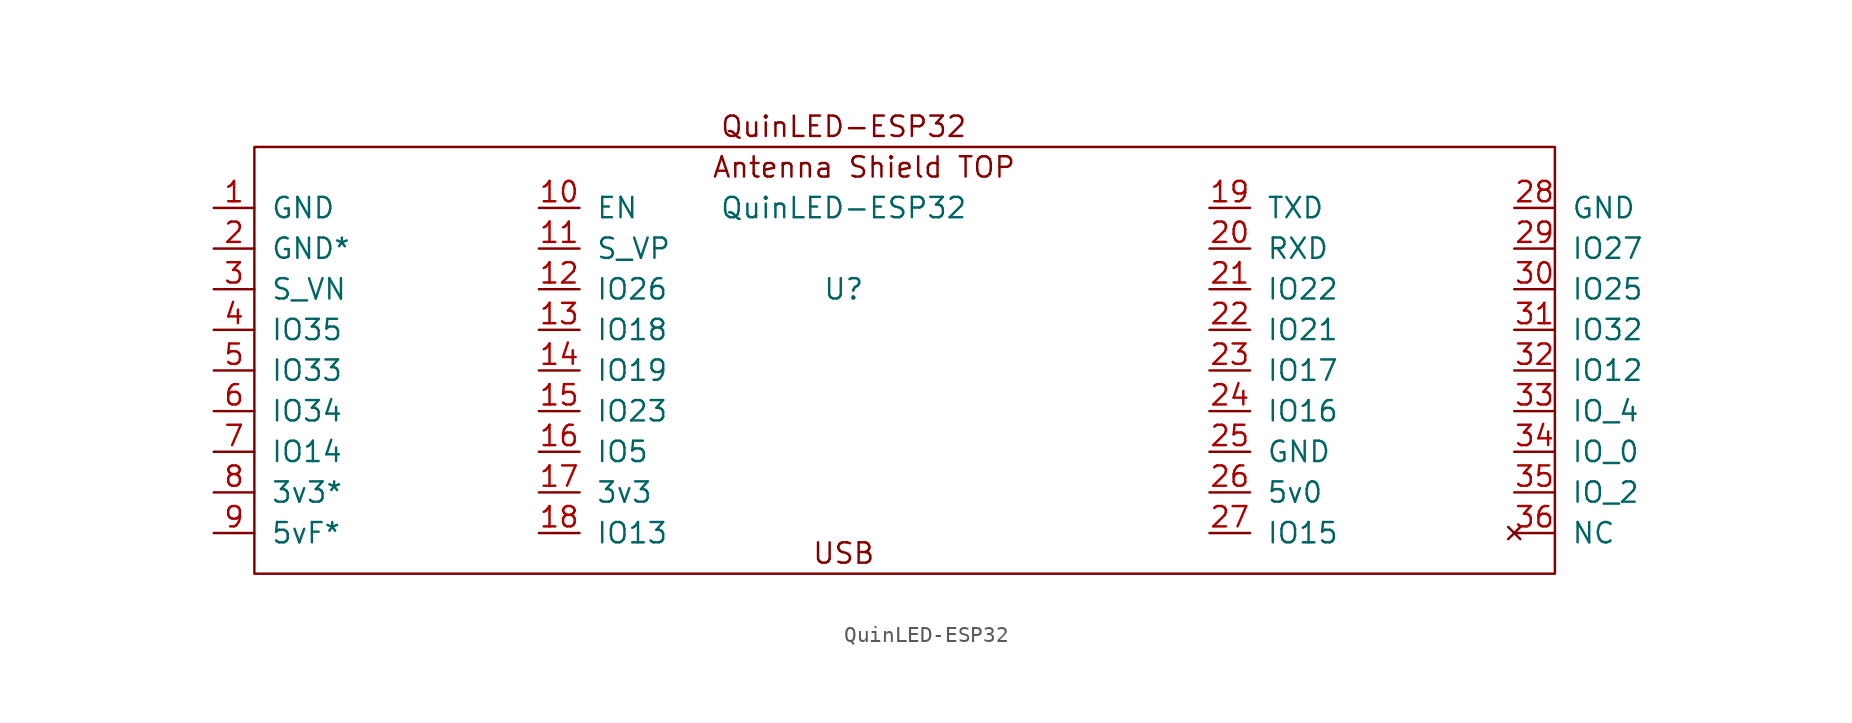
<source format=kicad_sym>
(kicad_symbol_lib
  (version 20211014)
  (generator kicad_symbol_editor)
  (symbol "QuinLED-ESP32"
    (pin_names
      (offset 1.016))
    (property "Reference" "U"
      (at 58.42 -12.7 0)
      (effects (font (size 1.27 1.27))))
    (property "Value" "QuinLED-ESP32"
      (at 58.42 -7.62 0)
      (effects (font (size 1.27 1.27))))
    (symbol "QuinLED-ESP32_0_0"
      (rectangle (start 21.59 -3.81) (end 102.87 -30.48) (stroke (width 0) (type default) (color 0 0 0 0)) (fill (type none)))
      (text "Antenna Shield TOP" (at 59.69 -5.08 0) (effects (font (size 1.27 1.27))))
      (text "QuinLED-ESP32" (at 58.42 -2.54 0) (effects (font (size 1.27 1.27))))
      (text "USB" (at 58.42 -29.21 0) (effects (font (size 1.27 1.27)))))
    (symbol "QuinLED-ESP32_1_1"
      (pin bidirectional line (at 19.05 -7.62 0) (length 2.54) (name "GND" (effects (font (size 1.27 1.27)))) (number "1" (effects (font (size 1.27 1.27)))))
      (pin input line (at 39.37 -7.62 0) (length 2.54) (name "EN" (effects (font (size 1.27 1.27)))) (number "10" (effects (font (size 1.27 1.27)))))
      (pin input line (at 39.37 -10.16 0) (length 2.54) (name "S_VP" (effects (font (size 1.27 1.27)))) (number "11" (effects (font (size 1.27 1.27)))))
      (pin bidirectional line (at 39.37 -12.7 0) (length 2.54) (name "IO26" (effects (font (size 1.27 1.27)))) (number "12" (effects (font (size 1.27 1.27)))))
      (pin bidirectional line (at 39.37 -15.24 0) (length 2.54) (name "IO18" (effects (font (size 1.27 1.27)))) (number "13" (effects (font (size 1.27 1.27)))))
      (pin bidirectional line (at 39.37 -17.78 0) (length 2.54) (name "IO19" (effects (font (size 1.27 1.27)))) (number "14" (effects (font (size 1.27 1.27)))))
      (pin bidirectional line (at 39.37 -20.32 0) (length 2.54) (name "IO23" (effects (font (size 1.27 1.27)))) (number "15" (effects (font (size 1.27 1.27)))))
      (pin bidirectional line (at 39.37 -22.86 0) (length 2.54) (name "IO5" (effects (font (size 1.27 1.27)))) (number "16" (effects (font (size 1.27 1.27)))))
      (pin output line (at 39.37 -25.4 0) (length 2.54) (name "3v3" (effects (font (size 1.27 1.27)))) (number "17" (effects (font (size 1.27 1.27)))))
      (pin bidirectional line (at 39.37 -27.94 0) (length 2.54) (name "IO13" (effects (font (size 1.27 1.27)))) (number "18" (effects (font (size 1.27 1.27)))))
      (pin output line (at 81.28 -7.62 0) (length 2.54) (name "TXD" (effects (font (size 1.27 1.27)))) (number "19" (effects (font (size 1.27 1.27)))))
      (pin bidirectional line (at 19.05 -10.16 0) (length 2.54) (name "GND*" (effects (font (size 1.27 1.27)))) (number "2" (effects (font (size 1.27 1.27)))))
      (pin input line (at 81.28 -10.16 0) (length 2.54) (name "RXD" (effects (font (size 1.27 1.27)))) (number "20" (effects (font (size 1.27 1.27)))))
      (pin bidirectional line (at 81.28 -12.7 0) (length 2.54) (name "IO22" (effects (font (size 1.27 1.27)))) (number "21" (effects (font (size 1.27 1.27)))))
      (pin bidirectional line (at 81.28 -15.24 0) (length 2.54) (name "IO21" (effects (font (size 1.27 1.27)))) (number "22" (effects (font (size 1.27 1.27)))))
      (pin bidirectional line (at 81.28 -17.78 0) (length 2.54) (name "IO17" (effects (font (size 1.27 1.27)))) (number "23" (effects (font (size 1.27 1.27)))))
      (pin bidirectional line (at 81.28 -20.32 0) (length 2.54) (name "IO16" (effects (font (size 1.27 1.27)))) (number "24" (effects (font (size 1.27 1.27)))))
      (pin bidirectional line (at 81.28 -22.86 0) (length 2.54) (name "GND" (effects (font (size 1.27 1.27)))) (number "25" (effects (font (size 1.27 1.27)))))
      (pin input line (at 81.28 -25.4 0) (length 2.54) (name "5v0" (effects (font (size 1.27 1.27)))) (number "26" (effects (font (size 1.27 1.27)))))
      (pin bidirectional line (at 81.28 -27.94 0) (length 2.54) (name "IO15" (effects (font (size 1.27 1.27)))) (number "27" (effects (font (size 1.27 1.27)))))
      (pin bidirectional line (at 100.33 -7.62 0) (length 2.54) (name "GND" (effects (font (size 1.27 1.27)))) (number "28" (effects (font (size 1.27 1.27)))))
      (pin bidirectional line (at 100.33 -10.16 0) (length 2.54) (name "IO27" (effects (font (size 1.27 1.27)))) (number "29" (effects (font (size 1.27 1.27)))))
      (pin input line (at 19.05 -12.7 0) (length 2.54) (name "S_VN" (effects (font (size 1.27 1.27)))) (number "3" (effects (font (size 1.27 1.27)))))
      (pin bidirectional line (at 100.33 -12.7 0) (length 2.54) (name "IO25" (effects (font (size 1.27 1.27)))) (number "30" (effects (font (size 1.27 1.27)))))
      (pin bidirectional line (at 100.33 -15.24 0) (length 2.54) (name "IO32" (effects (font (size 1.27 1.27)))) (number "31" (effects (font (size 1.27 1.27)))))
      (pin bidirectional line (at 100.33 -17.78 0) (length 2.54) (name "IO12" (effects (font (size 1.27 1.27)))) (number "32" (effects (font (size 1.27 1.27)))))
      (pin bidirectional line (at 100.33 -20.32 0) (length 2.54) (name "IO_4" (effects (font (size 1.27 1.27)))) (number "33" (effects (font (size 1.27 1.27)))))
      (pin bidirectional line (at 100.33 -22.86 0) (length 2.54) (name "IO_0" (effects (font (size 1.27 1.27)))) (number "34" (effects (font (size 1.27 1.27)))))
      (pin bidirectional line (at 100.33 -25.4 0) (length 2.54) (name "IO_2" (effects (font (size 1.27 1.27)))) (number "35" (effects (font (size 1.27 1.27)))))
      (pin no_connect line (at 100.33 -27.94 0) (length 2.54) (name "NC" (effects (font (size 1.27 1.27)))) (number "36" (effects (font (size 1.27 1.27)))))
      (pin bidirectional line (at 19.05 -15.24 0) (length 2.54) (name "IO35" (effects (font (size 1.27 1.27)))) (number "4" (effects (font (size 1.27 1.27)))))
      (pin bidirectional line (at 19.05 -17.78 0) (length 2.54) (name "IO33" (effects (font (size 1.27 1.27)))) (number "5" (effects (font (size 1.27 1.27)))))
      (pin bidirectional line (at 19.05 -20.32 0) (length 2.54) (name "IO34" (effects (font (size 1.27 1.27)))) (number "6" (effects (font (size 1.27 1.27)))))
      (pin bidirectional line (at 19.05 -22.86 0) (length 2.54) (name "IO14" (effects (font (size 1.27 1.27)))) (number "7" (effects (font (size 1.27 1.27)))))
      (pin output line (at 19.05 -25.4 0) (length 2.54) (name "3v3*" (effects (font (size 1.27 1.27)))) (number "8" (effects (font (size 1.27 1.27)))))
      (pin output line (at 19.05 -27.94 0) (length 2.54) (name "5vF*" (effects (font (size 1.27 1.27)))) (number "9" (effects (font (size 1.27 1.27))))))))
</source>
